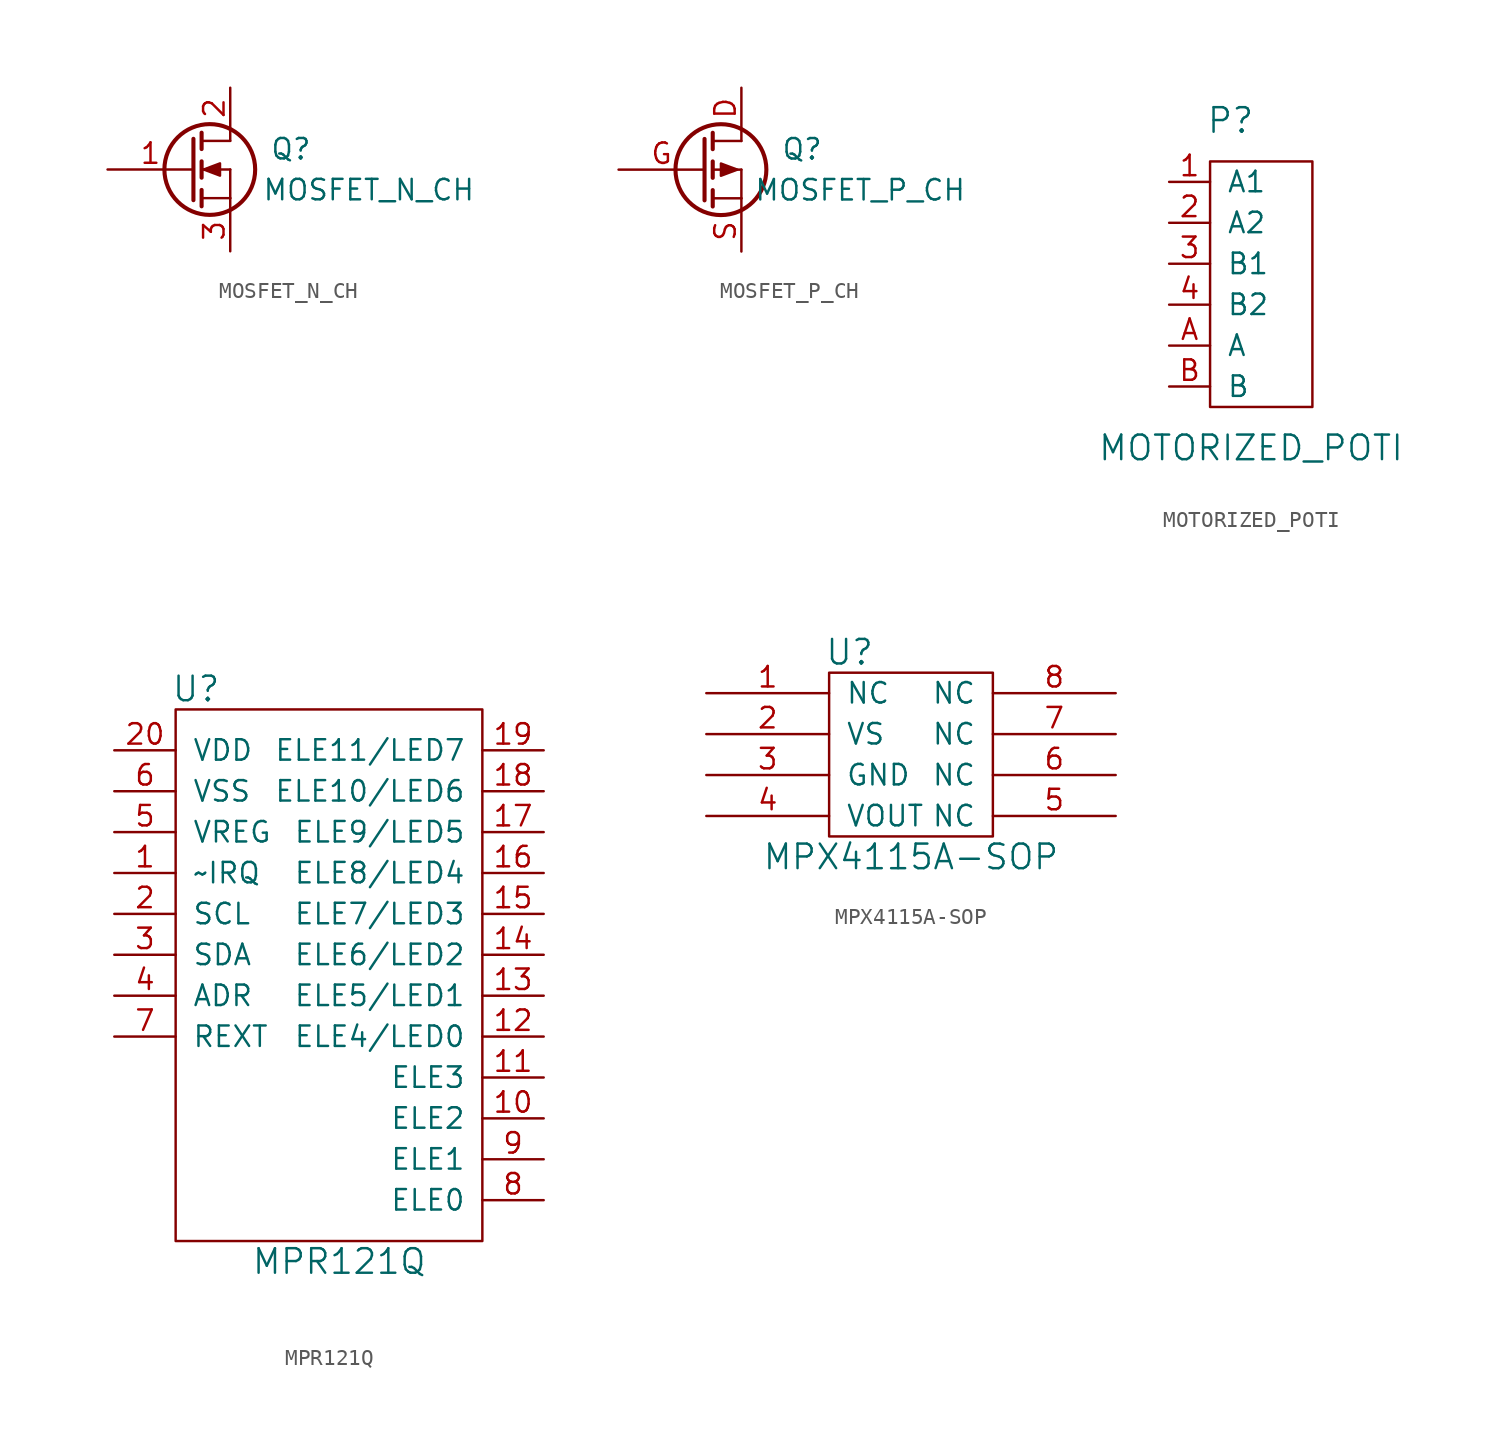
<source format=kicad_sym>
(kicad_symbol_lib
  (version 20210619)
  (generator kicad_symbol_editor)
  (symbol "tinkerforge:MOSFET_N_CH"
    (pin_names
      (offset 0) hide)
    (property "Reference" "Q"
      (at 7.62 1.27 0)
      (effects (font (size 1.27 1.27)) (justify right)))
    (property "Value" "MOSFET_N_CH"
      (at 17.78 -1.27 0)
      (effects (font (size 1.27 1.27)) (justify right)))
    (property "Footprint" ""
      (at 5.08 2.54 0)
      (effects (font (size 1.27 1.27))))
    (property "Datasheet" ""
      (at 0 0 0)
      (effects (font (size 1.27 1.27))))
    (symbol "MOSFET_N_CH_0_1"
      (circle (center 1.27 0) (radius 2.819) (stroke (width 0.254)) (fill (type none)))
      (polyline (pts (xy 0.762 -1.778) (xy 2.54 -1.778)) (stroke (width 0)) (fill (type none)))
      (polyline (pts (xy 0.762 -1.27) (xy 0.762 -2.286)) (stroke (width 0.254)) (fill (type none)))
      (polyline (pts (xy 0.762 0) (xy 2.54 0)) (stroke (width 0)) (fill (type none)))
      (polyline (pts (xy 0.762 0.508) (xy 0.762 -0.508)) (stroke (width 0.254)) (fill (type none)))
      (polyline (pts (xy 0.762 1.778) (xy 2.54 1.778)) (stroke (width 0)) (fill (type none)))
      (polyline (pts (xy 0.762 2.286) (xy 0.762 1.27)) (stroke (width 0.254)) (fill (type none)))
      (polyline (pts (xy 2.54 -1.778) (xy 2.54 -2.54)) (stroke (width 0)) (fill (type none)))
      (polyline (pts (xy 2.54 -1.778) (xy 2.54 0)) (stroke (width 0)) (fill (type none)))
      (polyline (pts (xy 2.54 2.54) (xy 2.54 1.778)) (stroke (width 0)) (fill (type none)))
      (polyline (pts (xy 0.254 1.905) (xy 0.254 -1.905) (xy 0.254 -1.905)) (stroke (width 0.254)) (fill (type none)))
      (polyline (pts (xy 0.889 0) (xy 1.905 0.381) (xy 1.905 -0.381) (xy 0.889 0)) (stroke (width 0)) (fill (type outline))))
    (symbol "MOSFET_N_CH_1_1"
      (pin input line (at -5.08 0 0) (length 5.334) (name "G" (effects (font (size 1.27 1.27)))) (number "1" (effects (font (size 1.27 1.27)))))
      (pin passive line (at 2.54 5.08 270) (length 2.54) (name "D" (effects (font (size 1.27 1.27)))) (number "2" (effects (font (size 1.27 1.27)))))
      (pin passive line (at 2.54 -5.08 90) (length 2.54) (name "S" (effects (font (size 1.27 1.27)))) (number "3" (effects (font (size 1.27 1.27)))))))
  (symbol "tinkerforge:MOSFET_P_CH"
    (pin_names
      (offset 0) hide)
    (property "Reference" "Q"
      (at 7.62 1.27 0)
      (effects (font (size 1.27 1.27)) (justify right)))
    (property "Value" "MOSFET_P_CH"
      (at 16.51 -1.27 0)
      (effects (font (size 1.27 1.27)) (justify right)))
    (property "Footprint" ""
      (at 5.08 2.54 0)
      (effects (font (size 1.27 1.27))))
    (property "Datasheet" ""
      (at 0 0 0)
      (effects (font (size 1.27 1.27))))
    (symbol "MOSFET_P_CH_0_1"
      (circle (center 1.27 0) (radius 2.819) (stroke (width 0.254)) (fill (type none)))
      (polyline (pts (xy 0.762 -1.778) (xy 2.54 -1.778)) (stroke (width 0)) (fill (type none)))
      (polyline (pts (xy 0.762 -1.27) (xy 0.762 -2.286)) (stroke (width 0.254)) (fill (type none)))
      (polyline (pts (xy 0.762 0) (xy 2.54 0)) (stroke (width 0)) (fill (type none)))
      (polyline (pts (xy 0.762 0.508) (xy 0.762 -0.508)) (stroke (width 0.254)) (fill (type none)))
      (polyline (pts (xy 0.762 1.778) (xy 2.54 1.778)) (stroke (width 0)) (fill (type none)))
      (polyline (pts (xy 0.762 2.286) (xy 0.762 1.27)) (stroke (width 0.254)) (fill (type none)))
      (polyline (pts (xy 2.54 -1.778) (xy 2.54 -2.54)) (stroke (width 0)) (fill (type none)))
      (polyline (pts (xy 2.54 -1.778) (xy 2.54 0)) (stroke (width 0)) (fill (type none)))
      (polyline (pts (xy 2.54 2.54) (xy 2.54 1.778)) (stroke (width 0)) (fill (type none)))
      (polyline (pts (xy 0.254 1.905) (xy 0.254 -1.905) (xy 0.254 -1.905)) (stroke (width 0.254)) (fill (type none)))
      (polyline (pts (xy 2.286 0) (xy 1.27 -0.381) (xy 1.27 0.381) (xy 2.286 0)) (stroke (width 0)) (fill (type outline))))
    (symbol "MOSFET_P_CH_1_1"
      (pin passive line (at 2.54 5.08 270) (length 2.54) (name "D" (effects (font (size 1.27 1.27)))) (number "D" (effects (font (size 1.27 1.27)))))
      (pin input line (at -5.08 0 0) (length 5.334) (name "G" (effects (font (size 1.27 1.27)))) (number "G" (effects (font (size 1.27 1.27)))))
      (pin passive line (at 2.54 -5.08 90) (length 2.54) (name "S" (effects (font (size 1.27 1.27)))) (number "S" (effects (font (size 1.27 1.27)))))))
  (symbol "tinkerforge:MOTORIZED_POTI"
    (pin_names
      (offset 1.016))
    (property "Reference" "P"
      (at 1.27 10.16 0)
      (effects (font (size 1.524 1.524))))
    (property "Value" "MOTORIZED_POTI"
      (at 2.54 -10.16 0)
      (effects (font (size 1.524 1.524))))
    (property "Footprint" ""
      (at 0 0 0)
      (effects (font (size 1.524 1.524))))
    (property "Datasheet" ""
      (at 0 0 0)
      (effects (font (size 1.524 1.524))))
    (symbol "MOTORIZED_POTI_0_1"
      (rectangle (start 0 7.62) (end 6.35 -7.62) (stroke (width 0)) (fill (type none))))
    (symbol "MOTORIZED_POTI_1_1"
      (pin passive line (at -2.54 6.35 0) (length 2.54) (name "A1" (effects (font (size 1.27 1.27)))) (number "1" (effects (font (size 1.27 1.27)))))
      (pin passive line (at -2.54 3.81 0) (length 2.54) (name "A2" (effects (font (size 1.27 1.27)))) (number "2" (effects (font (size 1.27 1.27)))))
      (pin passive line (at -2.54 1.27 0) (length 2.54) (name "B1" (effects (font (size 1.27 1.27)))) (number "3" (effects (font (size 1.27 1.27)))))
      (pin passive line (at -2.54 -1.27 0) (length 2.54) (name "B2" (effects (font (size 1.27 1.27)))) (number "4" (effects (font (size 1.27 1.27)))))
      (pin passive line (at -2.54 -3.81 0) (length 2.54) (name "A" (effects (font (size 1.27 1.27)))) (number "A" (effects (font (size 1.27 1.27)))))
      (pin passive line (at -2.54 -6.35 0) (length 2.54) (name "B" (effects (font (size 1.27 1.27)))) (number "B" (effects (font (size 1.27 1.27)))))))
  (symbol "tinkerforge:MPR121Q"
    (pin_names
      (offset 1.016))
    (property "Reference" "U"
      (at -7.62 16.51 0)
      (effects (font (size 1.524 1.524))))
    (property "Value" "MPR121Q"
      (at 1.27 -19.05 0)
      (effects (font (size 1.524 1.524))))
    (property "Footprint" ""
      (at 7.62 2.54 0)
      (effects (font (size 1.524 1.524))))
    (property "Datasheet" ""
      (at 7.62 2.54 0)
      (effects (font (size 1.524 1.524))))
    (symbol "MPR121Q_0_1"
      (rectangle (start -8.89 15.24) (end 10.16 -17.78) (stroke (width 0)) (fill (type none))))
    (symbol "MPR121Q_1_1"
      (pin passive line (at -12.7 5.08 0) (length 3.81) (name "~IRQ" (effects (font (size 1.27 1.27)))) (number "1" (effects (font (size 1.27 1.27)))))
      (pin passive line (at 13.97 -10.16 180) (length 3.81) (name "ELE2" (effects (font (size 1.27 1.27)))) (number "10" (effects (font (size 1.27 1.27)))))
      (pin passive line (at 13.97 -7.62 180) (length 3.81) (name "ELE3" (effects (font (size 1.27 1.27)))) (number "11" (effects (font (size 1.27 1.27)))))
      (pin passive line (at 13.97 -5.08 180) (length 3.81) (name "ELE4/LED0" (effects (font (size 1.27 1.27)))) (number "12" (effects (font (size 1.27 1.27)))))
      (pin passive line (at 13.97 -2.54 180) (length 3.81) (name "ELE5/LED1" (effects (font (size 1.27 1.27)))) (number "13" (effects (font (size 1.27 1.27)))))
      (pin passive line (at 13.97 0 180) (length 3.81) (name "ELE6/LED2" (effects (font (size 1.27 1.27)))) (number "14" (effects (font (size 1.27 1.27)))))
      (pin passive line (at 13.97 2.54 180) (length 3.81) (name "ELE7/LED3" (effects (font (size 1.27 1.27)))) (number "15" (effects (font (size 1.27 1.27)))))
      (pin passive line (at 13.97 5.08 180) (length 3.81) (name "ELE8/LED4" (effects (font (size 1.27 1.27)))) (number "16" (effects (font (size 1.27 1.27)))))
      (pin passive line (at 13.97 7.62 180) (length 3.81) (name "ELE9/LED5" (effects (font (size 1.27 1.27)))) (number "17" (effects (font (size 1.27 1.27)))))
      (pin passive line (at 13.97 10.16 180) (length 3.81) (name "ELE10/LED6" (effects (font (size 1.27 1.27)))) (number "18" (effects (font (size 1.27 1.27)))))
      (pin passive line (at 13.97 12.7 180) (length 3.81) (name "ELE11/LED7" (effects (font (size 1.27 1.27)))) (number "19" (effects (font (size 1.27 1.27)))))
      (pin passive line (at -12.7 2.54 0) (length 3.81) (name "SCL" (effects (font (size 1.27 1.27)))) (number "2" (effects (font (size 1.27 1.27)))))
      (pin passive line (at -12.7 12.7 0) (length 3.81) (name "VDD" (effects (font (size 1.27 1.27)))) (number "20" (effects (font (size 1.27 1.27)))))
      (pin passive line (at -12.7 0 0) (length 3.81) (name "SDA" (effects (font (size 1.27 1.27)))) (number "3" (effects (font (size 1.27 1.27)))))
      (pin passive line (at -12.7 -2.54 0) (length 3.81) (name "ADR" (effects (font (size 1.27 1.27)))) (number "4" (effects (font (size 1.27 1.27)))))
      (pin passive line (at -12.7 7.62 0) (length 3.81) (name "VREG" (effects (font (size 1.27 1.27)))) (number "5" (effects (font (size 1.27 1.27)))))
      (pin passive line (at -12.7 10.16 0) (length 3.81) (name "VSS" (effects (font (size 1.27 1.27)))) (number "6" (effects (font (size 1.27 1.27)))))
      (pin passive line (at -12.7 -5.08 0) (length 3.81) (name "REXT" (effects (font (size 1.27 1.27)))) (number "7" (effects (font (size 1.27 1.27)))))
      (pin passive line (at 13.97 -15.24 180) (length 3.81) (name "ELE0" (effects (font (size 1.27 1.27)))) (number "8" (effects (font (size 1.27 1.27)))))
      (pin passive line (at 13.97 -12.7 180) (length 3.81) (name "ELE1" (effects (font (size 1.27 1.27)))) (number "9" (effects (font (size 1.27 1.27)))))))
  (symbol "tinkerforge:MPX4115A-SOP"
    (pin_names
      (offset 1.016))
    (property "Reference" "U"
      (at -3.81 6.35 0)
      (effects (font (size 1.524 1.524))))
    (property "Value" "MPX4115A-SOP"
      (at 0 -6.35 0)
      (effects (font (size 1.524 1.524))))
    (property "Footprint" ""
      (at 0 0 0)
      (effects (font (size 1.524 1.524))))
    (property "Datasheet" ""
      (at 0 0 0)
      (effects (font (size 1.524 1.524))))
    (symbol "MPX4115A-SOP_0_1"
      (rectangle (start -5.08 5.08) (end 5.08 -5.08) (stroke (width 0)) (fill (type none))))
    (symbol "MPX4115A-SOP_1_1"
      (pin input line (at -12.7 3.81 0) (length 7.62) (name "NC" (effects (font (size 1.27 1.27)))) (number "1" (effects (font (size 1.27 1.27)))))
      (pin input line (at -12.7 1.27 0) (length 7.62) (name "VS" (effects (font (size 1.27 1.27)))) (number "2" (effects (font (size 1.27 1.27)))))
      (pin input line (at -12.7 -1.27 0) (length 7.62) (name "GND" (effects (font (size 1.27 1.27)))) (number "3" (effects (font (size 1.27 1.27)))))
      (pin input line (at -12.7 -3.81 0) (length 7.62) (name "VOUT" (effects (font (size 1.27 1.27)))) (number "4" (effects (font (size 1.27 1.27)))))
      (pin input line (at 12.7 -3.81 180) (length 7.62) (name "NC" (effects (font (size 1.27 1.27)))) (number "5" (effects (font (size 1.27 1.27)))))
      (pin input line (at 12.7 -1.27 180) (length 7.62) (name "NC" (effects (font (size 1.27 1.27)))) (number "6" (effects (font (size 1.27 1.27)))))
      (pin input line (at 12.7 1.27 180) (length 7.62) (name "NC" (effects (font (size 1.27 1.27)))) (number "7" (effects (font (size 1.27 1.27)))))
      (pin input line (at 12.7 3.81 180) (length 7.62) (name "NC" (effects (font (size 1.27 1.27)))) (number "8" (effects (font (size 1.27 1.27))))))))
</source>
